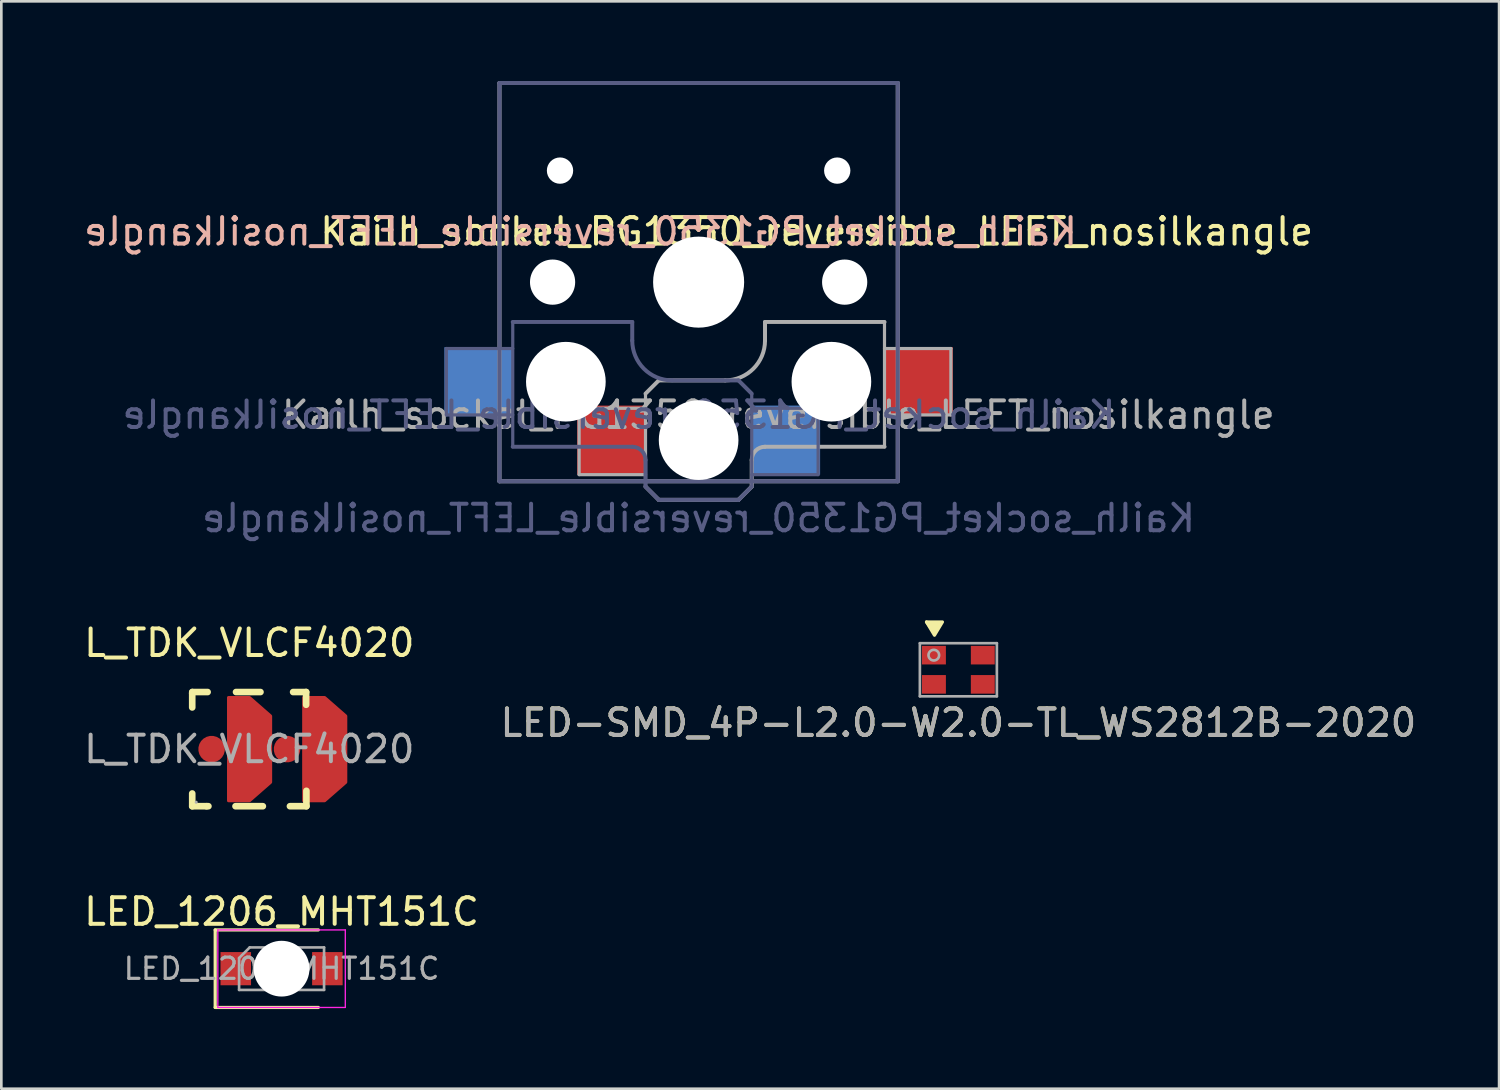
<source format=kicad_pcb>
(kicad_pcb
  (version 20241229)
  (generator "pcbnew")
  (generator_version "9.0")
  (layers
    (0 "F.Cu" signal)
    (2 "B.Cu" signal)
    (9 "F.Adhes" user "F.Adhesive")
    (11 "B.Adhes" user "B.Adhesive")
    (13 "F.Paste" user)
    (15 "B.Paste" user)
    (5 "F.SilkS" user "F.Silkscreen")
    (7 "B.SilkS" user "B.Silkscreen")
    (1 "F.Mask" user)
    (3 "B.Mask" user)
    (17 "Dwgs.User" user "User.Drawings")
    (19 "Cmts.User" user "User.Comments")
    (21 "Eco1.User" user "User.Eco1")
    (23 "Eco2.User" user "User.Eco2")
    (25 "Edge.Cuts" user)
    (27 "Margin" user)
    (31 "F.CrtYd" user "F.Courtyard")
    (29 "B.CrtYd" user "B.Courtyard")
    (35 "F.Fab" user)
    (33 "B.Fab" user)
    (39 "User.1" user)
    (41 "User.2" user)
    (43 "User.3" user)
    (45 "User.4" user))
  (footprint "L_TDK_VLCF4020"
    (layer "F.Cu")
    (at 6.339 25.162)
    (property "Reference" "L_TDK_VLCF4020" (at 0 -4 0) (layer "F.SilkS") (effects (font (size 1 1) (thickness 0.15))))
    (attr smd)
    (fp_line (start -2.15 -2.1) (end -2.15 -2.15) (stroke (width 0.25) (type solid)) (layer "F.SilkS"))
    (fp_line (start -2.15 -1.57) (end -2.15 -2.1) (stroke (width 0.25) (type solid)) (layer "F.SilkS"))
    (fp_line (start -2.15 2.15) (end -2.15 1.67) (stroke (width 0.25) (type solid)) (layer "F.SilkS"))
    (fp_line (start -2.14 -2.15) (end -1.57 -2.15) (stroke (width 0.25) (type solid)) (layer "F.SilkS"))
    (fp_line (start -1.61 2.15) (end -2.15 2.15) (stroke (width 0.25) (type solid)) (layer "F.SilkS"))
    (fp_line (start -1.61 2.15) (end -1.54 2.15) (stroke (width 0.25) (type solid)) (layer "F.SilkS"))
    (fp_line (start -0.52 2.15) (end 0.51 2.15) (stroke (width 0.25) (type solid)) (layer "F.SilkS"))
    (fp_line (start -0.5 -2.15) (end 0.42 -2.15) (stroke (width 0.25) (type solid)) (layer "F.SilkS"))
    (fp_line (start 1.53 2.15) (end 2.15 2.15) (stroke (width 0.25) (type solid)) (layer "F.SilkS"))
    (fp_line (start 1.65 -2.15) (end 2.14 -2.15) (stroke (width 0.25) (type solid)) (layer "F.SilkS"))
    (fp_line (start 2.14 -2.15) (end 2.14 -1.67) (stroke (width 0.25) (type solid)) (layer "F.SilkS"))
    (fp_line (start 2.15 1.57) (end 2.15 2.15) (stroke (width 0.25) (type solid)) (layer "F.SilkS"))
    (fp_circle (center -2 2) (end -1.97 2) (stroke (width 0.06) (type solid)) (fill no) (layer "F.Fab"))
    (fp_text user "${REFERENCE}" (at 0 0 0) (layer "F.Fab") (effects (font (size 1 1) (thickness 0.15))))
    (pad "1" smd custom (at -1.42 0 180) (size 1 1) (layers "F.Cu" "F.Mask" "F.Paste") (options (anchor circle)) (primitives (gr_poly (pts (xy -0.63 -1.95) (xy -0.63 1.95) (xy -1.43 1.95) (xy -2.23 1.25) (xy -2.23 -1.25) (xy -1.43 -1.95)) (width 0.1) (fill yes))))
    (pad "2" smd custom (at 1.42 0) (size 1 1) (layers "F.Cu" "F.Mask" "F.Paste") (options (anchor circle)) (primitives (gr_poly (pts (xy 0.62 1.95) (xy 0.62 -1.95) (xy 1.42 -1.95) (xy 2.22 -1.25) (xy 2.22 1.25) (xy 1.42 1.95)) (width 0.1) (fill yes)))))
  (footprint "Kailh_socket_PG1350_reversible_LEFT_nosilkangle"
    (layer "F.Cu")
    (at 23.26 7.575)
    (property "Reference" "Kailh_socket_PG1350_reversible_LEFT_nosilkangle" (at 4.445 -1.905 0) (layer "F.SilkS") (effects (font (size 1 1) (thickness 0.15))))
    (property "Value" "Kailh_socket_PG1350_reversible_LEFT_nosilkangle" (at 0 8.89 0) (layer "F.Fab") (hide yes) (effects (font (size 1 1) (thickness 0.15))))
    (attr smd)
    (fp_line (start -6.9 6.9) (end -6.9 -6.9) (stroke (width 0.15) (type solid)) (layer "Eco2.User"))
    (fp_line (start -6.9 6.9) (end 6.9 6.9) (stroke (width 0.15) (type solid)) (layer "Eco2.User"))
    (fp_line (start -2.6 -3.1) (end -2.6 -6.3) (stroke (width 0.15) (type solid)) (layer "Eco2.User"))
    (fp_line (start -2.6 -3.1) (end 2.6 -3.1) (stroke (width 0.15) (type solid)) (layer "Eco2.User"))
    (fp_line (start 2.6 -6.3) (end -2.6 -6.3) (stroke (width 0.15) (type solid)) (layer "Eco2.User"))
    (fp_line (start 2.6 -3.1) (end 2.6 -6.3) (stroke (width 0.15) (type solid)) (layer "Eco2.User"))
    (fp_line (start 6.9 -6.9) (end -6.9 -6.9) (stroke (width 0.15) (type solid)) (layer "Eco2.User"))
    (fp_line (start 6.9 -6.9) (end 6.9 6.9) (stroke (width 0.15) (type solid)) (layer "Eco2.User"))
    (fp_line (start -9.5 2.5) (end -7 2.5) (stroke (width 0.12) (type solid)) (layer "B.Fab"))
    (fp_line (start -9.5 5) (end -9.5 2.5) (stroke (width 0.12) (type solid)) (layer "B.Fab"))
    (fp_line (start -7.5 -7.5) (end 7.5 -7.5) (stroke (width 0.15) (type solid)) (layer "B.Fab"))
    (fp_line (start -7.5 7.5) (end -7.5 -7.5) (stroke (width 0.15) (type solid)) (layer "B.Fab"))
    (fp_line (start -7 1.5) (end -7 6.2) (stroke (width 0.12) (type solid)) (layer "B.Fab"))
    (fp_line (start -7 5) (end -9.5 5) (stroke (width 0.12) (type solid)) (layer "B.Fab"))
    (fp_line (start -7 6.2) (end -2.5 6.2) (stroke (width 0.15) (type solid)) (layer "B.Fab"))
    (fp_line (start -2.5 1.5) (end -7 1.5) (stroke (width 0.15) (type solid)) (layer "B.Fab"))
    (fp_line (start -2.5 2.2) (end -2.5 1.5) (stroke (width 0.15) (type solid)) (layer "B.Fab"))
    (fp_line (start -2 6.7) (end -2 7.7) (stroke (width 0.15) (type solid)) (layer "B.Fab"))
    (fp_line (start -1.5 8.2) (end -2 7.7) (stroke (width 0.15) (type solid)) (layer "B.Fab"))
    (fp_line (start 1.5 3.7) (end -1 3.7) (stroke (width 0.15) (type solid)) (layer "B.Fab"))
    (fp_line (start 1.5 8.2) (end -1.5 8.2) (stroke (width 0.15) (type solid)) (layer "B.Fab"))
    (fp_line (start 2 4.2) (end 1.5 3.7) (stroke (width 0.15) (type solid)) (layer "B.Fab"))
    (fp_line (start 2 4.25) (end 2 7.7) (stroke (width 0.12) (type solid)) (layer "B.Fab"))
    (fp_line (start 2 4.75) (end 4.5 4.75) (stroke (width 0.12) (type solid)) (layer "B.Fab"))
    (fp_line (start 2 7.7) (end 1.5 8.2) (stroke (width 0.15) (type solid)) (layer "B.Fab"))
    (fp_line (start 4.5 4.75) (end 4.5 7.25) (stroke (width 0.12) (type solid)) (layer "B.Fab"))
    (fp_line (start 4.5 7.25) (end 2 7.25) (stroke (width 0.12) (type solid)) (layer "B.Fab"))
    (fp_line (start 7.5 -7.5) (end 7.5 7.5) (stroke (width 0.15) (type solid)) (layer "B.Fab"))
    (fp_line (start 7.5 7.5) (end -7.5 7.5) (stroke (width 0.15) (type solid)) (layer "B.Fab"))
    (fp_arc (start -2.5 6.2) (mid -2.146447 6.346447) (end -2 6.7) (stroke (width 0.15) (type solid)) (layer "B.Fab"))
    (fp_arc (start -1 3.7) (mid -2.06066 3.26066) (end -2.5 2.2) (stroke (width 0.15) (type solid)) (layer "B.Fab"))
    (fp_line (start -7.5 -7.5) (end 7.5 -7.5) (stroke (width 0.15) (type solid)) (layer "F.Fab"))
    (fp_line (start -7.5 7.5) (end -7.5 -7.5) (stroke (width 0.15) (type solid)) (layer "F.Fab"))
    (fp_line (start -4.5 4.75) (end -4.5 7.25) (stroke (width 0.12) (type solid)) (layer "F.Fab"))
    (fp_line (start -4.5 7.25) (end -2 7.25) (stroke (width 0.12) (type solid)) (layer "F.Fab"))
    (fp_line (start -2 4.2) (end -1.5 3.7) (stroke (width 0.15) (type solid)) (layer "F.Fab"))
    (fp_line (start -2 4.25) (end -2 7.7) (stroke (width 0.12) (type solid)) (layer "F.Fab"))
    (fp_line (start -2 4.75) (end -4.5 4.75) (stroke (width 0.12) (type solid)) (layer "F.Fab"))
    (fp_line (start -2 7.7) (end -1.5 8.2) (stroke (width 0.15) (type solid)) (layer "F.Fab"))
    (fp_line (start -1.5 3.7) (end 1 3.7) (stroke (width 0.15) (type solid)) (layer "F.Fab"))
    (fp_line (start -1.5 8.2) (end 1.5 8.2) (stroke (width 0.15) (type solid)) (layer "F.Fab"))
    (fp_line (start 1.5 8.2) (end 2 7.7) (stroke (width 0.15) (type solid)) (layer "F.Fab"))
    (fp_line (start 2 6.7) (end 2 7.7) (stroke (width 0.15) (type solid)) (layer "F.Fab"))
    (fp_line (start 2.5 1.5) (end 7 1.5) (stroke (width 0.15) (type solid)) (layer "F.Fab"))
    (fp_line (start 2.5 2.2) (end 2.5 1.5) (stroke (width 0.15) (type solid)) (layer "F.Fab"))
    (fp_line (start 7 1.5) (end 7 6.2) (stroke (width 0.12) (type solid)) (layer "F.Fab"))
    (fp_line (start 7 5) (end 9.5 5) (stroke (width 0.12) (type solid)) (layer "F.Fab"))
    (fp_line (start 7 6.2) (end 2.5 6.2) (stroke (width 0.15) (type solid)) (layer "F.Fab"))
    (fp_line (start 7.5 -7.5) (end 7.5 7.5) (stroke (width 0.15) (type solid)) (layer "F.Fab"))
    (fp_line (start 7.5 7.5) (end -7.5 7.5) (stroke (width 0.15) (type solid)) (layer "F.Fab"))
    (fp_line (start 9.5 2.5) (end 7 2.5) (stroke (width 0.12) (type solid)) (layer "F.Fab"))
    (fp_line (start 9.5 5) (end 9.5 2.5) (stroke (width 0.12) (type solid)) (layer "F.Fab"))
    (fp_arc (start 2 6.7) (mid 2.146447 6.346447) (end 2.5 6.2) (stroke (width 0.15) (type solid)) (layer "F.Fab"))
    (fp_arc (start 2.5 2.2) (mid 2.06066 3.26066) (end 1 3.7) (stroke (width 0.15) (type solid)) (layer "F.Fab"))
    (fp_text user "${REFERENCE}" (at -4.445 -1.905 0) (layer "B.SilkS") (effects (font (size 1 1) (thickness 0.15)) (justify mirror)))
    (fp_text user "${REFERENCE}" (at -3 5 0) (layer "B.Fab") (effects (font (size 1 1) (thickness 0.15)) (justify mirror)))
    (fp_text user "${VALUE}" (at 0 8.89 0) (layer "B.Fab") (effects (font (size 1 1) (thickness 0.15)) (justify mirror)))
    (fp_text user "${REFERENCE}" (at 3 5 180) (layer "F.Fab") (effects (font (size 1 1) (thickness 0.15))))
    (pad "" np_thru_hole circle (at -5.5 0) (size 1.702 1.702) (drill 1.702) (layers "*.Cu" "*.Mask"))
    (pad "" np_thru_hole circle (at -5.22 -4.2) (size 0.991 0.991) (drill 0.991) (layers "*.Cu" "*.Mask"))
    (pad "" np_thru_hole circle (at -5 3.75) (size 3 3) (drill 3) (layers "*.Cu" "*.Mask"))
    (pad "" np_thru_hole circle (at 0 0) (size 3.429 3.429) (drill 3.429) (layers "*.Cu" "*.Mask"))
    (pad "" np_thru_hole circle (at 0 5.95) (size 3 3) (drill 3) (layers "*.Cu" "*.Mask"))
    (pad "" np_thru_hole circle (at 5 3.75) (size 3 3) (drill 3) (layers "*.Cu" "*.Mask"))
    (pad "" np_thru_hole circle (at 5.22 -4.2) (size 0.991 0.991) (drill 0.991) (layers "*.Cu" "*.Mask"))
    (pad "" np_thru_hole circle (at 5.5 0) (size 1.702 1.702) (drill 1.702) (layers "*.Cu" "*.Mask"))
    (pad "1" smd rect (at -3.275 5.95) (size 2.6 2.6) (layers "F.Cu" "F.Mask" "F.Paste"))
    (pad "1" smd rect (at 3.275 5.95) (size 2.6 2.6) (layers "B.Cu" "B.Mask" "B.Paste"))
    (pad "2" smd rect (at -8.275 3.75) (size 2.6 2.6) (layers "B.Cu" "B.Mask" "B.Paste"))
    (pad "2" smd rect (at 8.275 3.75) (size 2.6 2.6) (layers "F.Cu" "F.Mask" "F.Paste")))
  (footprint "LED-SMD_4P-L2.0-W2.0-TL_WS2812B-2020"
    (layer "F.Cu")
    (at 33.042 22.173)
    (property "Reference" "LED-SMD_4P-L2.0-W2.0-TL_WS2812B-2020" (at 0 2 0) (layer "F.SilkS") (effects (font (size 1 1) (thickness 0.15))))
    (attr smd)
    (fp_line (start -1.2 -1.8) (end -0.9 -1.4) (stroke (width 0.12) (type default)) (layer "F.SilkS"))
    (fp_line (start -1.1 -1.7) (end -0.9 -1.5) (stroke (width 0.12) (type default)) (layer "F.SilkS"))
    (fp_line (start -0.9 -1.5) (end -0.8 -1.6) (stroke (width 0.12) (type default)) (layer "F.SilkS"))
    (fp_line (start -0.9 -1.4) (end -0.7 -1.7) (stroke (width 0.12) (type default)) (layer "F.SilkS"))
    (fp_line (start -0.8 -1.6) (end -1 -1.6) (stroke (width 0.12) (type default)) (layer "F.SilkS"))
    (fp_line (start -0.7 -1.7) (end -1.1 -1.7) (stroke (width 0.12) (type default)) (layer "F.SilkS"))
    (fp_poly (pts (xy -0.9 -1.8) (xy -1.2 -1.8) (xy -0.9 -1.3) (xy -0.6 -1.8)) (stroke (width 0.12) (type solid)) (fill no) (layer "F.SilkS"))
    (fp_line (start -1.45 1) (end -1.45 -1) (stroke (width 0.1) (type default)) (layer "F.Fab"))
    (fp_line (start -1.45 1) (end 1.45 1) (stroke (width 0.1) (type default)) (layer "F.Fab"))
    (fp_line (start 1.45 -1) (end -1.45 -1) (stroke (width 0.1) (type default)) (layer "F.Fab"))
    (fp_line (start 1.45 -1) (end 1.45 1) (stroke (width 0.1) (type default)) (layer "F.Fab"))
    (fp_circle (center -0.925 -0.55) (end -0.725 -0.55) (stroke (width 0.1) (type default)) (fill no) (layer "F.Fab"))
    (fp_text user "${REFERENCE}" (at 0 2 0) (layer "F.Fab") (effects (font (size 1 1) (thickness 0.15))))
    (pad "1" smd rect (at -0.92 -0.55) (size 0.9 0.7) (layers "F.Cu" "F.Mask" "F.Paste"))
    (pad "2" smd rect (at -0.92 0.55) (size 0.9 0.7) (layers "F.Cu" "F.Mask" "F.Paste"))
    (pad "3" smd rect (at 0.92 0.55) (size 0.9 0.7) (layers "F.Cu" "F.Mask" "F.Paste"))
    (pad "4" smd rect (at 0.92 -0.55) (size 0.9 0.7) (layers "F.Cu" "F.Mask" "F.Paste")))
  (footprint "LED_1206_MHT151C"
    (layer "F.Cu")
    (at 7.554 33.43)
    (property "Reference" "LED_1206_MHT151C" (at 0 -2.145 0) (layer "F.SilkS") (effects (font (size 1 1) (thickness 0.15))))
    (attr smd)
    (fp_line (start -2.5 -1.46) (end -2.5 1.46) (stroke (width 0.12) (type solid)) (layer "F.SilkS"))
    (fp_line (start -2.5 1.46) (end 1.385 1.46) (stroke (width 0.12) (type solid)) (layer "F.SilkS"))
    (fp_line (start 1.385 -1.46) (end -2.5 -1.46) (stroke (width 0.12) (type solid)) (layer "F.SilkS"))
    (fp_line (start -2.4 -1.46) (end 2.4 -1.46) (stroke (width 0.05) (type solid)) (layer "F.CrtYd"))
    (fp_line (start -2.4 1.46) (end -2.4 -1.46) (stroke (width 0.05) (type solid)) (layer "F.CrtYd"))
    (fp_line (start 2.4 -1.46) (end 2.4 1.46) (stroke (width 0.05) (type solid)) (layer "F.CrtYd"))
    (fp_line (start 2.4 1.46) (end -2.4 1.46) (stroke (width 0.05) (type solid)) (layer "F.CrtYd"))
    (fp_line (start -1.6 -0.4) (end -1.6 0.8) (stroke (width 0.1) (type solid)) (layer "F.Fab"))
    (fp_line (start -1.6 0.8) (end 1.6 0.8) (stroke (width 0.1) (type solid)) (layer "F.Fab"))
    (fp_line (start -1.2 -0.8) (end -1.6 -0.4) (stroke (width 0.1) (type solid)) (layer "F.Fab"))
    (fp_line (start 1.6 -0.8) (end -1.2 -0.8) (stroke (width 0.1) (type solid)) (layer "F.Fab"))
    (fp_line (start 1.6 0.8) (end 1.6 -0.8) (stroke (width 0.1) (type solid)) (layer "F.Fab"))
    (fp_text user "${REFERENCE}" (at 0 0 0) (layer "F.Fab") (effects (font (size 0.8 0.8) (thickness 0.12))))
    (pad "" np_thru_hole circle (at 0 0) (size 2.1 2.1) (drill 2.1) (layers "*.Cu" "*.Mask"))
    (pad "1" smd rect (at -1.725 0) (size 1.15 1.25) (layers "F.Cu" "F.Mask" "F.Paste"))
    (pad "2" smd rect (at 1.725 0) (size 1.15 1.25) (layers "F.Cu" "F.Mask" "F.Paste")))
  (gr_rect
    (start -3 -3)
    (end 53.405 37.95)
    (stroke (width 0.1) (type default))
    (fill no)
    (layer "Edge.Cuts")))
</source>
